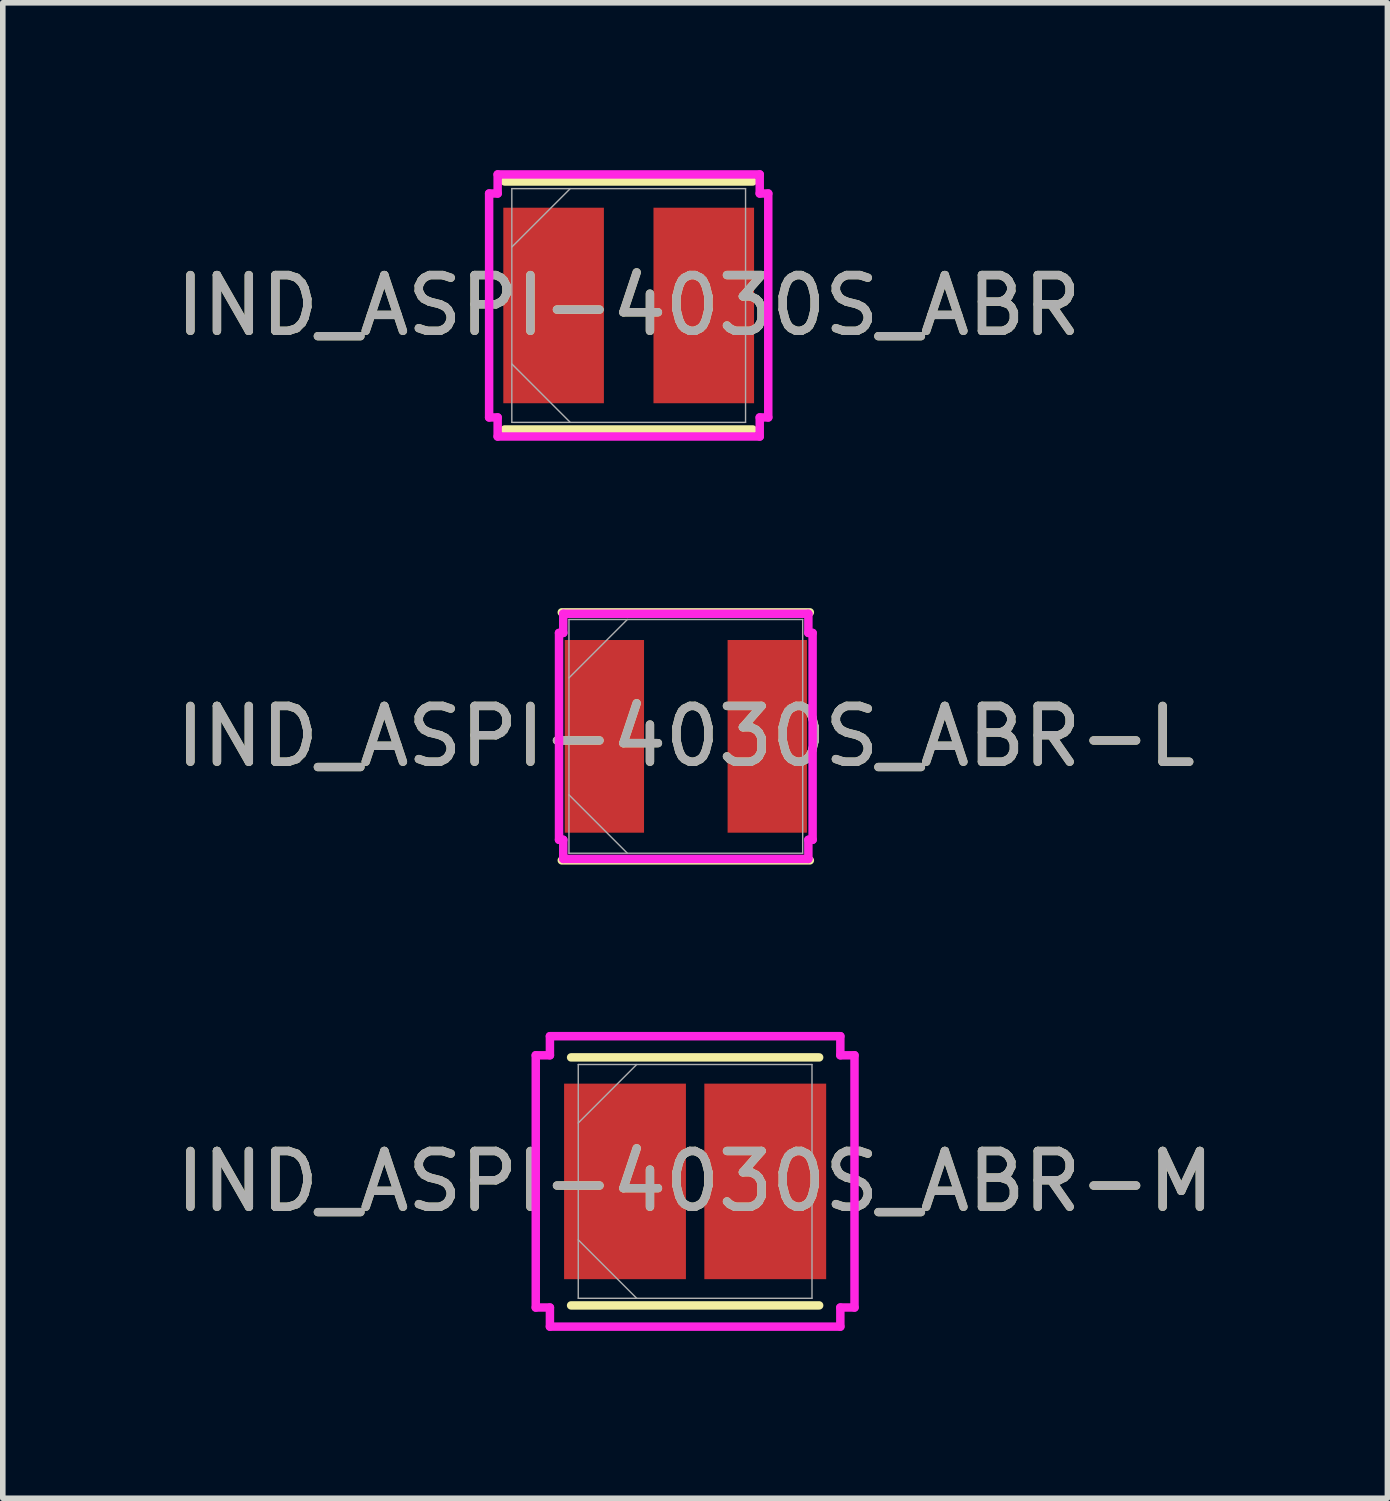
<source format=kicad_pcb>
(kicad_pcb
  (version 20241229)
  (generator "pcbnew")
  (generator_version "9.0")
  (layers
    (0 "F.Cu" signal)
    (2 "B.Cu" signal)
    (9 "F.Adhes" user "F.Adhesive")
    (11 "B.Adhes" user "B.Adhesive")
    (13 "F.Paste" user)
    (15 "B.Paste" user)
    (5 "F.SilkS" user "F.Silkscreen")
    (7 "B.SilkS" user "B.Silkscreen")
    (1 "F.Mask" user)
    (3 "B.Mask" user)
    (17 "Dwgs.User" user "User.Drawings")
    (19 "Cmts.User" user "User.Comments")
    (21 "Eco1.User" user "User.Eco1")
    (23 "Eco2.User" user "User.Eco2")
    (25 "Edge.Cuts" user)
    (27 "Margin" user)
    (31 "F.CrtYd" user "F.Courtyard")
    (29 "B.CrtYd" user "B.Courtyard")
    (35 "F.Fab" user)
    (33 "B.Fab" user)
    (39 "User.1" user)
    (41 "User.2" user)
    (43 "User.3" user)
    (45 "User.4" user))
  (footprint "IND_ASPI-4030S_ABR"
    (layer "F.Cu")
    (at 8.22 2.426)
    (property "Reference" "IND_ASPI-4030S_ABR" (at 0 0 0) (unlocked yes) (layer "F.SilkS") (effects (font (size 1 1) (thickness 0.15))))
    (attr smd)
    (fp_line (start -2.223 2.223) (end 2.223 2.223) (stroke (width 0.152) (type solid)) (layer "F.SilkS"))
    (fp_line (start 2.223 -2.223) (end -2.223 -2.223) (stroke (width 0.152) (type solid)) (layer "F.SilkS"))
    (fp_line (start -2.502 -2.007) (end -2.349 -2.007) (stroke (width 0.152) (type solid)) (layer "F.CrtYd"))
    (fp_line (start -2.502 2.007) (end -2.502 -2.007) (stroke (width 0.152) (type solid)) (layer "F.CrtYd"))
    (fp_line (start -2.349 -2.349) (end 2.349 -2.349) (stroke (width 0.152) (type solid)) (layer "F.CrtYd"))
    (fp_line (start -2.349 -2.007) (end -2.349 -2.349) (stroke (width 0.152) (type solid)) (layer "F.CrtYd"))
    (fp_line (start -2.349 2.007) (end -2.502 2.007) (stroke (width 0.152) (type solid)) (layer "F.CrtYd"))
    (fp_line (start -2.349 2.007) (end -2.349 2.349) (stroke (width 0.152) (type solid)) (layer "F.CrtYd"))
    (fp_line (start -2.349 2.349) (end 2.349 2.349) (stroke (width 0.152) (type solid)) (layer "F.CrtYd"))
    (fp_line (start 2.349 -2.349) (end 2.349 -2.007) (stroke (width 0.152) (type solid)) (layer "F.CrtYd"))
    (fp_line (start 2.349 -2.007) (end 2.502 -2.007) (stroke (width 0.152) (type solid)) (layer "F.CrtYd"))
    (fp_line (start 2.349 2.007) (end 2.502 2.007) (stroke (width 0.152) (type solid)) (layer "F.CrtYd"))
    (fp_line (start 2.349 2.349) (end 2.349 2.007) (stroke (width 0.152) (type solid)) (layer "F.CrtYd"))
    (fp_line (start 2.502 -2.007) (end 2.502 2.007) (stroke (width 0.152) (type solid)) (layer "F.CrtYd"))
    (fp_line (start -2.095 -2.095) (end -2.095 2.095) (stroke (width 0.025) (type solid)) (layer "F.Fab"))
    (fp_line (start -2.095 -1.048) (end -1.048 -2.095) (stroke (width 0.025) (type solid)) (layer "F.Fab"))
    (fp_line (start -2.095 1.048) (end -1.048 2.095) (stroke (width 0.025) (type solid)) (layer "F.Fab"))
    (fp_line (start -2.095 2.095) (end 2.095 2.095) (stroke (width 0.025) (type solid)) (layer "F.Fab"))
    (fp_line (start 2.095 -2.095) (end -2.095 -2.095) (stroke (width 0.025) (type solid)) (layer "F.Fab"))
    (fp_line (start 2.095 2.095) (end 2.095 -2.095) (stroke (width 0.025) (type solid)) (layer "F.Fab"))
    (fp_text user "${REFERENCE}" (at 0 0 0) (unlocked yes) (layer "F.Fab") (effects (font (size 1 1) (thickness 0.15))))
    (pad "1" smd rect (at -1.346 0 90) (size 3.505 1.803) (layers "F.Cu" "F.Mask" "F.Paste"))
    (pad "2" smd rect (at 1.346 0 90) (size 3.505 1.803) (layers "F.Cu" "F.Mask" "F.Paste")))
  (footprint "IND_ASPI-4030S_ABR-M"
    (layer "F.Cu")
    (at 9.411 18.128)
    (property "Reference" "IND_ASPI-4030S_ABR-M" (at 0 0 0) (unlocked yes) (layer "F.SilkS") (effects (font (size 1 1) (thickness 0.15))))
    (attr smd)
    (fp_line (start -2.223 2.223) (end 2.223 2.223) (stroke (width 0.152) (type solid)) (layer "F.SilkS"))
    (fp_line (start 2.223 -2.223) (end -2.223 -2.223) (stroke (width 0.152) (type solid)) (layer "F.SilkS"))
    (fp_line (start -2.857 -2.261) (end -2.603 -2.261) (stroke (width 0.152) (type solid)) (layer "F.CrtYd"))
    (fp_line (start -2.857 2.261) (end -2.857 -2.261) (stroke (width 0.152) (type solid)) (layer "F.CrtYd"))
    (fp_line (start -2.603 -2.603) (end 2.603 -2.603) (stroke (width 0.152) (type solid)) (layer "F.CrtYd"))
    (fp_line (start -2.603 -2.261) (end -2.603 -2.603) (stroke (width 0.152) (type solid)) (layer "F.CrtYd"))
    (fp_line (start -2.603 2.261) (end -2.857 2.261) (stroke (width 0.152) (type solid)) (layer "F.CrtYd"))
    (fp_line (start -2.603 2.261) (end -2.603 2.603) (stroke (width 0.152) (type solid)) (layer "F.CrtYd"))
    (fp_line (start -2.603 2.603) (end 2.603 2.603) (stroke (width 0.152) (type solid)) (layer "F.CrtYd"))
    (fp_line (start 2.603 -2.603) (end 2.603 -2.261) (stroke (width 0.152) (type solid)) (layer "F.CrtYd"))
    (fp_line (start 2.603 -2.261) (end 2.857 -2.261) (stroke (width 0.152) (type solid)) (layer "F.CrtYd"))
    (fp_line (start 2.603 2.261) (end 2.857 2.261) (stroke (width 0.152) (type solid)) (layer "F.CrtYd"))
    (fp_line (start 2.603 2.603) (end 2.603 2.261) (stroke (width 0.152) (type solid)) (layer "F.CrtYd"))
    (fp_line (start 2.857 -2.261) (end 2.857 2.261) (stroke (width 0.152) (type solid)) (layer "F.CrtYd"))
    (fp_line (start -2.095 -2.095) (end -2.095 2.095) (stroke (width 0.025) (type solid)) (layer "F.Fab"))
    (fp_line (start -2.095 -1.048) (end -1.048 -2.095) (stroke (width 0.025) (type solid)) (layer "F.Fab"))
    (fp_line (start -2.095 1.048) (end -1.048 2.095) (stroke (width 0.025) (type solid)) (layer "F.Fab"))
    (fp_line (start -2.095 2.095) (end 2.095 2.095) (stroke (width 0.025) (type solid)) (layer "F.Fab"))
    (fp_line (start 2.095 -2.095) (end -2.095 -2.095) (stroke (width 0.025) (type solid)) (layer "F.Fab"))
    (fp_line (start 2.095 2.095) (end 2.095 -2.095) (stroke (width 0.025) (type solid)) (layer "F.Fab"))
    (fp_text user "${REFERENCE}" (at 0 0 0) (unlocked yes) (layer "F.Fab") (effects (font (size 1 1) (thickness 0.15))))
    (pad "1" smd rect (at -1.257 0 90) (size 3.505 2.184) (layers "F.Cu" "F.Mask" "F.Paste"))
    (pad "2" smd rect (at 1.257 0 90) (size 3.505 2.184) (layers "F.Cu" "F.Mask" "F.Paste")))
  (footprint "IND_ASPI-4030S_ABR-L"
    (layer "F.Cu")
    (at 9.244 10.15)
    (property "Reference" "IND_ASPI-4030S_ABR-L" (at 0 0 0) (unlocked yes) (layer "F.SilkS") (effects (font (size 1 1) (thickness 0.15))))
    (attr smd)
    (fp_line (start -2.223 2.223) (end 2.223 2.223) (stroke (width 0.152) (type solid)) (layer "F.SilkS"))
    (fp_line (start 2.223 -2.223) (end -2.223 -2.223) (stroke (width 0.152) (type solid)) (layer "F.SilkS"))
    (fp_line (start -2.273 -1.854) (end -2.197 -1.854) (stroke (width 0.152) (type solid)) (layer "F.CrtYd"))
    (fp_line (start -2.273 1.854) (end -2.273 -1.854) (stroke (width 0.152) (type solid)) (layer "F.CrtYd"))
    (fp_line (start -2.197 -2.197) (end 2.197 -2.197) (stroke (width 0.152) (type solid)) (layer "F.CrtYd"))
    (fp_line (start -2.197 -1.854) (end -2.197 -2.197) (stroke (width 0.152) (type solid)) (layer "F.CrtYd"))
    (fp_line (start -2.197 1.854) (end -2.273 1.854) (stroke (width 0.152) (type solid)) (layer "F.CrtYd"))
    (fp_line (start -2.197 1.854) (end -2.197 2.197) (stroke (width 0.152) (type solid)) (layer "F.CrtYd"))
    (fp_line (start -2.197 2.197) (end 2.197 2.197) (stroke (width 0.152) (type solid)) (layer "F.CrtYd"))
    (fp_line (start 2.197 -2.197) (end 2.197 -1.854) (stroke (width 0.152) (type solid)) (layer "F.CrtYd"))
    (fp_line (start 2.197 -1.854) (end 2.273 -1.854) (stroke (width 0.152) (type solid)) (layer "F.CrtYd"))
    (fp_line (start 2.197 1.854) (end 2.273 1.854) (stroke (width 0.152) (type solid)) (layer "F.CrtYd"))
    (fp_line (start 2.197 2.197) (end 2.197 1.854) (stroke (width 0.152) (type solid)) (layer "F.CrtYd"))
    (fp_line (start 2.273 -1.854) (end 2.273 1.854) (stroke (width 0.152) (type solid)) (layer "F.CrtYd"))
    (fp_line (start -2.095 -2.095) (end -2.095 2.095) (stroke (width 0.025) (type solid)) (layer "F.Fab"))
    (fp_line (start -2.095 -1.048) (end -1.048 -2.095) (stroke (width 0.025) (type solid)) (layer "F.Fab"))
    (fp_line (start -2.095 1.048) (end -1.048 2.095) (stroke (width 0.025) (type solid)) (layer "F.Fab"))
    (fp_line (start -2.095 2.095) (end 2.095 2.095) (stroke (width 0.025) (type solid)) (layer "F.Fab"))
    (fp_line (start 2.095 -2.095) (end -2.095 -2.095) (stroke (width 0.025) (type solid)) (layer "F.Fab"))
    (fp_line (start 2.095 2.095) (end 2.095 -2.095) (stroke (width 0.025) (type solid)) (layer "F.Fab"))
    (fp_text user "${REFERENCE}" (at 0 0 0) (unlocked yes) (layer "F.Fab") (effects (font (size 1 1) (thickness 0.15))))
    (pad "1" smd rect (at -1.46 0 90) (size 3.454 1.422) (layers "F.Cu" "F.Mask" "F.Paste"))
    (pad "2" smd rect (at 1.46 0 90) (size 3.454 1.422) (layers "F.Cu" "F.Mask" "F.Paste")))
  (gr_rect
    (start -3 -3)
    (end 21.821 23.808)
    (stroke (width 0.1) (type default))
    (fill no)
    (layer "Edge.Cuts")))
</source>
